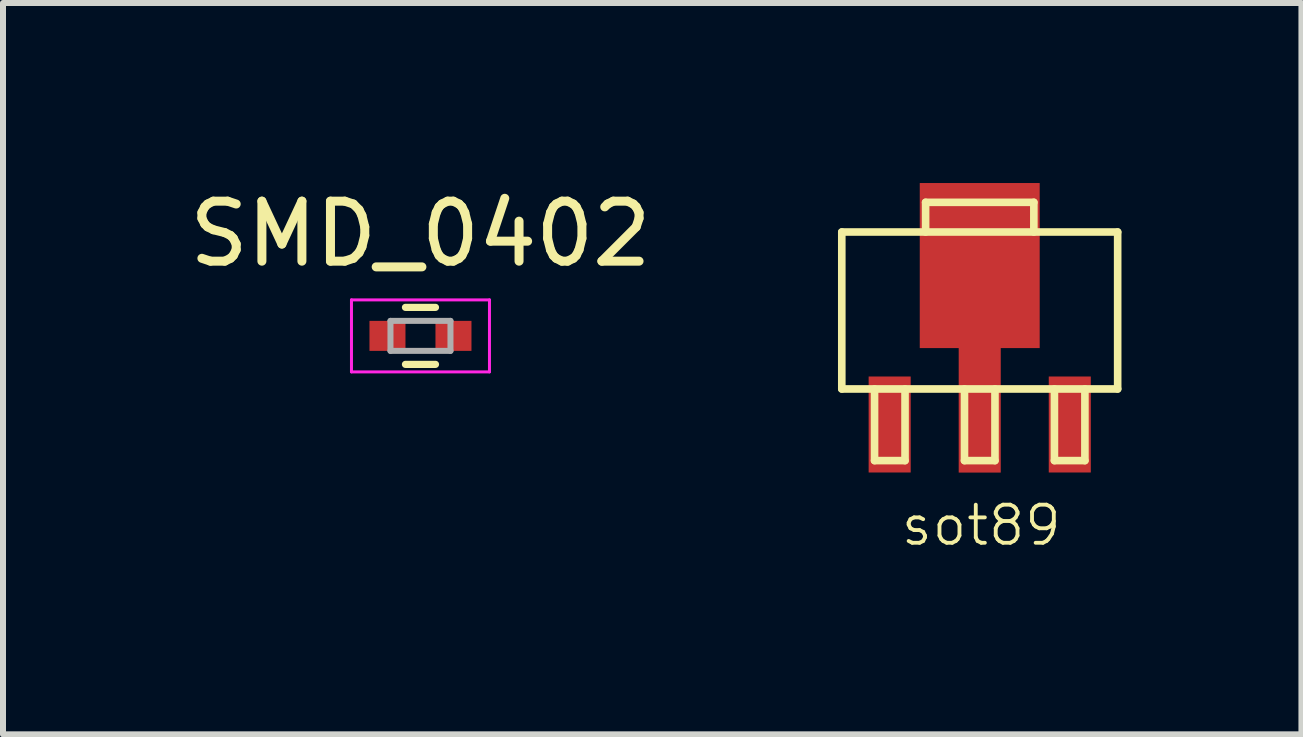
<source format=kicad_pcb>
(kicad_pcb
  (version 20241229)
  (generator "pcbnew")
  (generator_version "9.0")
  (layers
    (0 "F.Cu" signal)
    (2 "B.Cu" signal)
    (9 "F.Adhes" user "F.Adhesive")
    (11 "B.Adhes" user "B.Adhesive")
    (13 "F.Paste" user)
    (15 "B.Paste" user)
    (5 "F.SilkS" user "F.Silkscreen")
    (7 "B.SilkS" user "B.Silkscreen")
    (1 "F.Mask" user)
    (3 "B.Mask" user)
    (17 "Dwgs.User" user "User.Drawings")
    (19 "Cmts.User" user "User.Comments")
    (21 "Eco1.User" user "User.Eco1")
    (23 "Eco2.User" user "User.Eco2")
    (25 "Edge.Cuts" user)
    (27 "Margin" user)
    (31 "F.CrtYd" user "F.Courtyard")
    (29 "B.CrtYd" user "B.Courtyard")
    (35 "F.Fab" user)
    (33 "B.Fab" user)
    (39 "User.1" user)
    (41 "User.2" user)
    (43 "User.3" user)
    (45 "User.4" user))
  (footprint "sot89"
    (placed yes)
    (layer "F.Cu")
    (at 13.279 2.125)
    (property "Reference" "sot89" (at 0.025 3.581 0) (layer "F.SilkS") (effects (font (size 0.635 0.635) (thickness 0.064))))
    (attr smd)
    (fp_line (start -2.299 -1.308) (end 2.299 -1.308) (stroke (width 0.127) (type solid)) (layer "F.SilkS"))
    (fp_line (start -2.299 1.308) (end -2.299 -1.308) (stroke (width 0.127) (type solid)) (layer "F.SilkS"))
    (fp_line (start -1.753 2.502) (end -1.753 1.308) (stroke (width 0.127) (type solid)) (layer "F.SilkS"))
    (fp_line (start -1.753 2.502) (end -1.245 2.502) (stroke (width 0.127) (type solid)) (layer "F.SilkS"))
    (fp_line (start -1.245 2.502) (end -1.245 1.308) (stroke (width 0.127) (type solid)) (layer "F.SilkS"))
    (fp_line (start -0.902 -1.803) (end -0.902 -1.308) (stroke (width 0.127) (type solid)) (layer "F.SilkS"))
    (fp_line (start -0.902 -1.803) (end 0.902 -1.803) (stroke (width 0.127) (type solid)) (layer "F.SilkS"))
    (fp_line (start -0.254 2.502) (end -0.254 1.308) (stroke (width 0.127) (type solid)) (layer "F.SilkS"))
    (fp_line (start -0.254 2.502) (end 0.254 2.502) (stroke (width 0.127) (type solid)) (layer "F.SilkS"))
    (fp_line (start 0.254 2.502) (end 0.254 1.308) (stroke (width 0.127) (type solid)) (layer "F.SilkS"))
    (fp_line (start 0.902 -1.803) (end 0.902 -1.308) (stroke (width 0.127) (type solid)) (layer "F.SilkS"))
    (fp_line (start 1.245 2.502) (end 1.245 1.308) (stroke (width 0.127) (type solid)) (layer "F.SilkS"))
    (fp_line (start 1.245 2.502) (end 1.753 2.502) (stroke (width 0.127) (type solid)) (layer "F.SilkS"))
    (fp_line (start 1.753 2.502) (end 1.753 1.308) (stroke (width 0.127) (type solid)) (layer "F.SilkS"))
    (fp_line (start 2.299 -1.308) (end 2.299 1.308) (stroke (width 0.127) (type solid)) (layer "F.SilkS"))
    (fp_line (start 2.299 1.308) (end -2.299 1.308) (stroke (width 0.127) (type solid)) (layer "F.SilkS"))
    (pad "1" smd rect (at -1.501 1.9) (size 0.701 1.6) (layers "F.Cu" "F.Mask" "F.Paste"))
    (pad "2" smd rect (at 0 -0.749) (size 1.999 2.751) (layers "F.Cu" "F.Mask" "F.Paste"))
    (pad "2" smd rect (at 0 1.651) (size 0.701 2.101) (layers "F.Cu" "F.Mask" "F.Paste"))
    (pad "3" smd rect (at 1.501 1.9) (size 0.701 1.6) (layers "F.Cu" "F.Mask" "F.Paste")))
  (footprint "SMD_0402"
    (layer "F.Cu")
    (at 3.958 2.548)
    (property "Reference" "SMD_0402" (at 0 -1.7 0) (layer "F.SilkS") (effects (font (size 1 1) (thickness 0.15))))
    (attr smd)
    (fp_line (start -0.25 0.475) (end 0.25 0.475) (stroke (width 0.12) (type solid)) (layer "F.SilkS"))
    (fp_line (start 0.25 -0.475) (end -0.25 -0.475) (stroke (width 0.12) (type solid)) (layer "F.SilkS"))
    (fp_line (start -1.15 -0.6) (end -1.15 0.6) (stroke (width 0.05) (type solid)) (layer "F.CrtYd"))
    (fp_line (start -1.15 -0.6) (end 1.15 -0.6) (stroke (width 0.05) (type solid)) (layer "F.CrtYd"))
    (fp_line (start -1.15 0.6) (end 1.15 0.6) (stroke (width 0.05) (type solid)) (layer "F.CrtYd"))
    (fp_line (start 1.15 -0.6) (end 1.15 0.6) (stroke (width 0.05) (type solid)) (layer "F.CrtYd"))
    (fp_line (start -0.5 -0.25) (end 0.5 -0.25) (stroke (width 0.1) (type solid)) (layer "F.Fab"))
    (fp_line (start -0.5 0.25) (end -0.5 -0.25) (stroke (width 0.1) (type solid)) (layer "F.Fab"))
    (fp_line (start 0.5 -0.25) (end 0.5 0.25) (stroke (width 0.1) (type solid)) (layer "F.Fab"))
    (fp_line (start 0.5 0.25) (end -0.5 0.25) (stroke (width 0.1) (type solid)) (layer "F.Fab"))
    (pad "1" smd rect (at -0.55 0) (size 0.6 0.5) (layers "F.Cu" "F.Mask" "F.Paste"))
    (pad "2" smd rect (at 0.55 0) (size 0.6 0.5) (layers "F.Cu" "F.Mask" "F.Paste")))
  (gr_rect
    (start -3 -3)
    (end 18.641 9.189)
    (stroke (width 0.1) (type default))
    (fill no)
    (layer "Edge.Cuts")))
</source>
